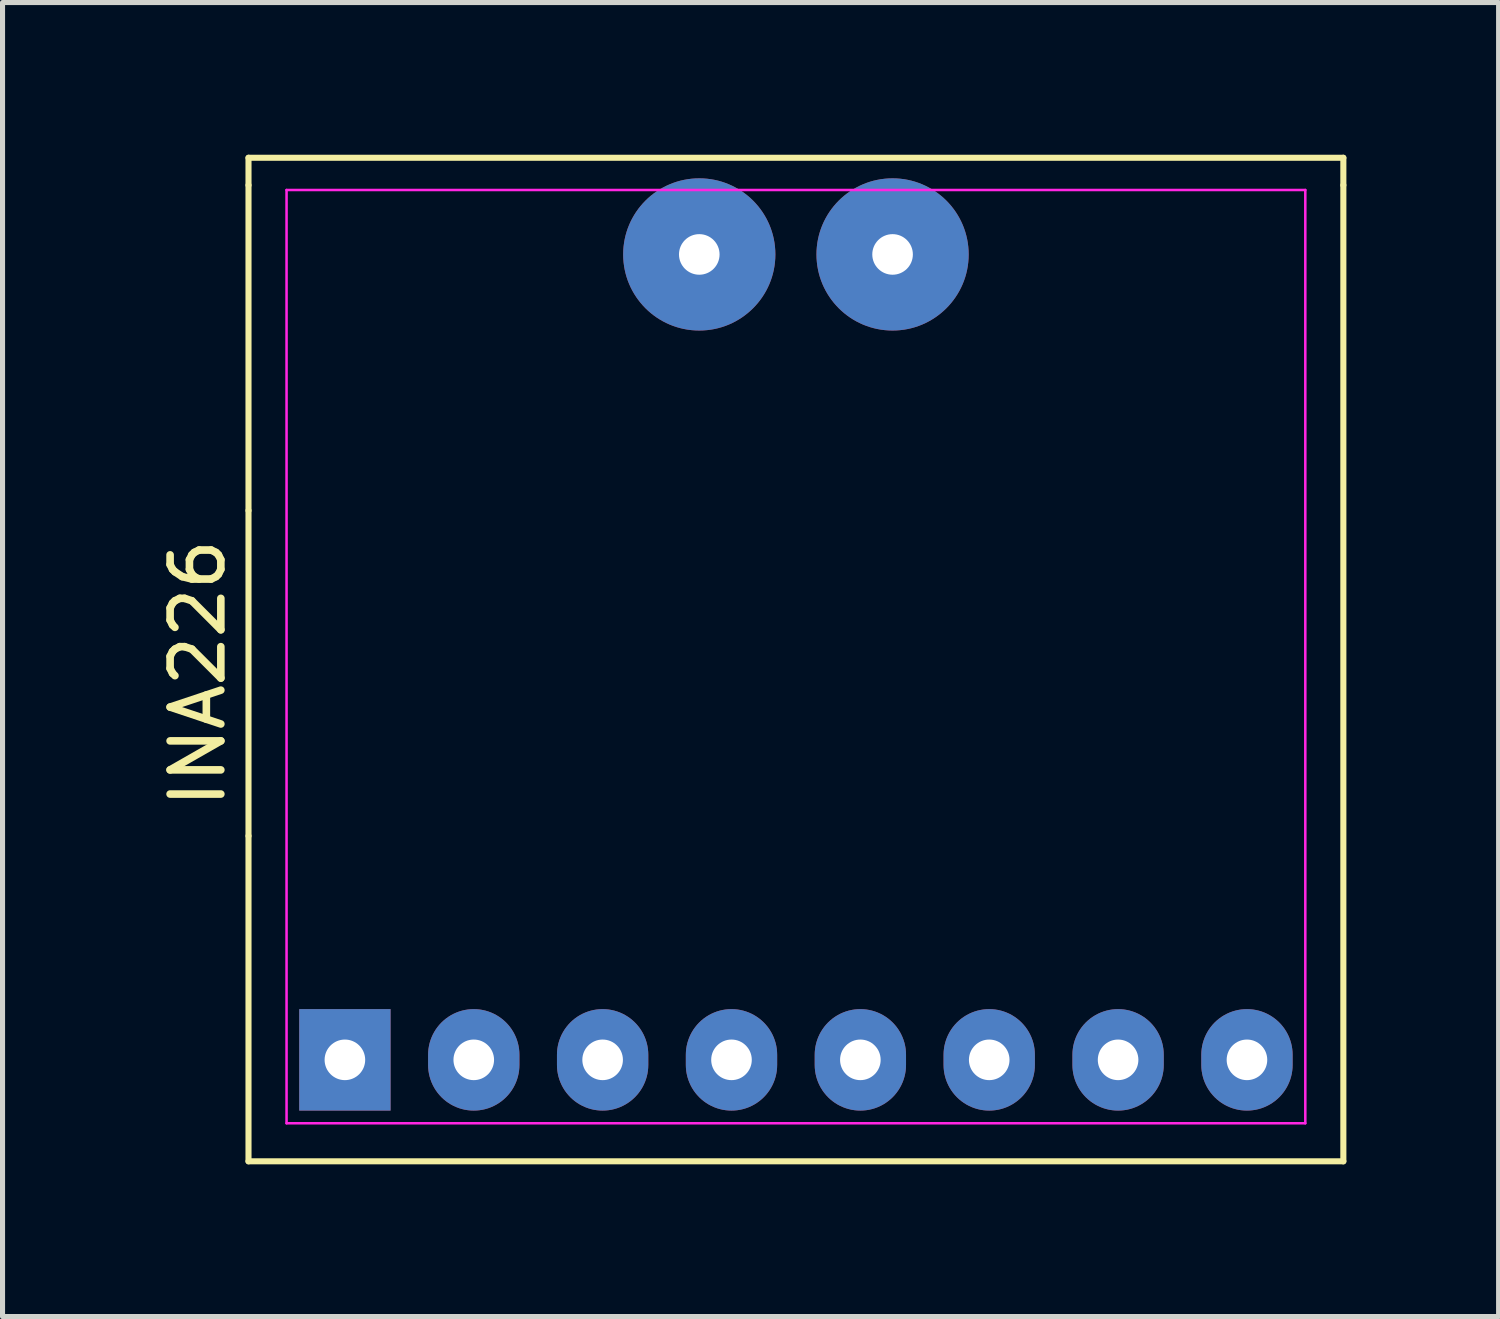
<source format=kicad_pcb>
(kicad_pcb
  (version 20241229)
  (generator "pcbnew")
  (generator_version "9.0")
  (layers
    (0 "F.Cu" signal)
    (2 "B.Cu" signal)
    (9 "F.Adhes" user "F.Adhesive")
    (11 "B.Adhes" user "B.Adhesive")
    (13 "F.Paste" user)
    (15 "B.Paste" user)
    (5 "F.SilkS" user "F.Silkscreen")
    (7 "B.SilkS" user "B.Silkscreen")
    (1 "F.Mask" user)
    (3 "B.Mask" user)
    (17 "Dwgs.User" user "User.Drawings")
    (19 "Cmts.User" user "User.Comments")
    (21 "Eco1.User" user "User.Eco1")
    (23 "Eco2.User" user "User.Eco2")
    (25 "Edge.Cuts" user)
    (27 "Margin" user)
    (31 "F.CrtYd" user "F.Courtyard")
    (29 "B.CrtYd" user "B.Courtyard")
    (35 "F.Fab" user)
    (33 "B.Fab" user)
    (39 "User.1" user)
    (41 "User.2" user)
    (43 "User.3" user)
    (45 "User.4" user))
  (footprint "INA226"
    (layer "F.Cu")
    (at 12.638 10.22)
    (property "Reference" "INA226" (at -11.79 0 90) (layer "F.SilkS") (effects (font (size 1 1) (thickness 0.15))))
    (attr through_hole)
    (fp_line (start -10.79 -10.16) (end -10.79 -9.62) (stroke (width 0.12) (type solid)) (layer "F.SilkS"))
    (fp_line (start -10.79 -9.62) (end -10.79 -3.207) (stroke (width 0.12) (type solid)) (layer "F.SilkS"))
    (fp_line (start -10.79 -3.207) (end -10.79 3.207) (stroke (width 0.12) (type solid)) (layer "F.SilkS"))
    (fp_line (start -10.79 3.207) (end -10.79 9.62) (stroke (width 0.12) (type solid)) (layer "F.SilkS"))
    (fp_line (start -10.79 9.62) (end 10.79 9.62) (stroke (width 0.12) (type solid)) (layer "F.SilkS"))
    (fp_line (start 10.79 -10.16) (end -10.79 -10.16) (stroke (width 0.12) (type solid)) (layer "F.SilkS"))
    (fp_line (start 10.79 -10.16) (end 10.79 -9.62) (stroke (width 0.12) (type solid)) (layer "F.SilkS"))
    (fp_line (start 10.79 9.62) (end 10.79 -9.62) (stroke (width 0.12) (type solid)) (layer "F.SilkS"))
    (fp_line (start -10.04 -9.525) (end 10.04 -9.525) (stroke (width 0.05) (type solid)) (layer "F.CrtYd"))
    (fp_line (start -10.04 8.87) (end -10.04 -9.525) (stroke (width 0.05) (type solid)) (layer "F.CrtYd"))
    (fp_line (start 10.04 -9.525) (end 10.04 8.87) (stroke (width 0.05) (type solid)) (layer "F.CrtYd"))
    (fp_line (start 10.04 8.87) (end -10.04 8.87) (stroke (width 0.05) (type solid)) (layer "F.CrtYd"))
    (pad "1" thru_hole rect (at -8.89 7.62) (size 1.8 2) (drill 0.8) (layers "*.Cu" "*.Mask"))
    (pad "2" thru_hole oval (at -6.35 7.62) (size 1.8 2) (drill 0.8) (layers "*.Cu" "*.Mask"))
    (pad "3" thru_hole oval (at -3.81 7.62) (size 1.8 2) (drill 0.8) (layers "*.Cu" "*.Mask"))
    (pad "4" thru_hole oval (at -1.27 7.62) (size 1.8 2) (drill 0.8) (layers "*.Cu" "*.Mask"))
    (pad "5" thru_hole oval (at 1.27 7.62) (size 1.8 2) (drill 0.8) (layers "*.Cu" "*.Mask"))
    (pad "6" thru_hole oval (at 3.81 7.62) (size 1.8 2) (drill 0.8) (layers "*.Cu" "*.Mask"))
    (pad "7" thru_hole oval (at 6.35 7.62) (size 1.8 2) (drill 0.8) (layers "*.Cu" "*.Mask"))
    (pad "8" thru_hole oval (at 8.89 7.62) (size 1.8 2) (drill 0.8) (layers "*.Cu" "*.Mask"))
    (pad "9" thru_hole oval (at -1.905 -8.255) (size 3 3) (drill 0.8) (layers "*.Cu" "*.Mask"))
    (pad "10" thru_hole oval (at 1.905 -8.255) (size 3 3) (drill 0.8) (layers "*.Cu" "*.Mask")))
  (gr_rect
    (start -3 -3)
    (end 26.488 22.9)
    (stroke (width 0.1) (type default))
    (fill no)
    (layer "Edge.Cuts")))
</source>
